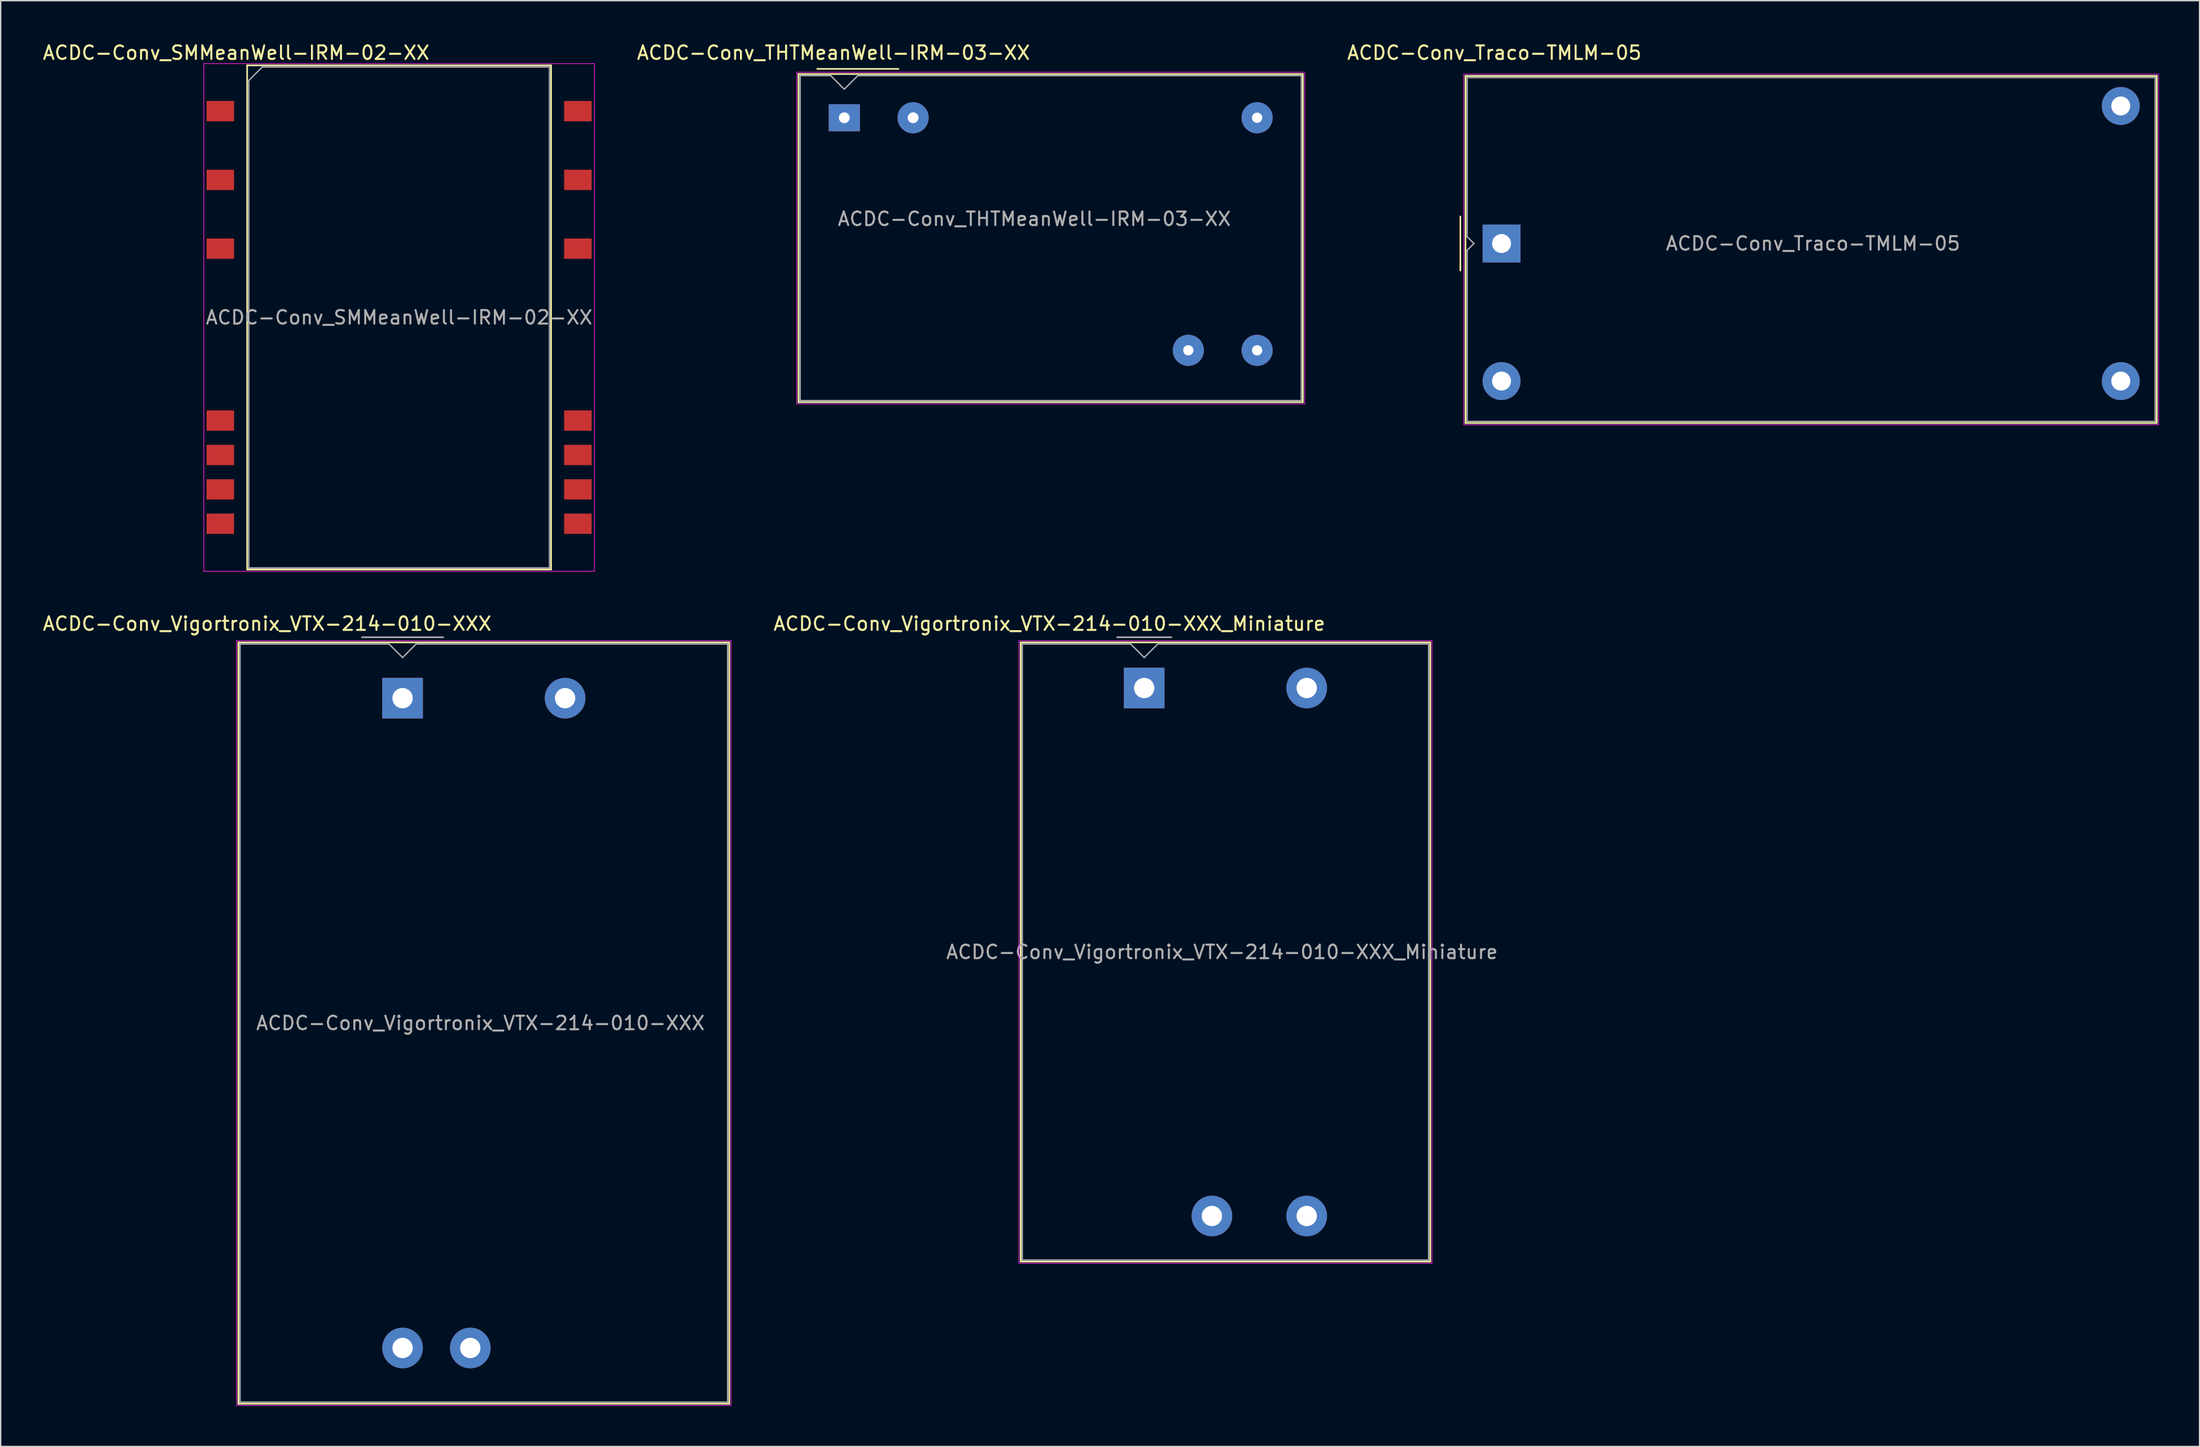
<source format=kicad_pcb>
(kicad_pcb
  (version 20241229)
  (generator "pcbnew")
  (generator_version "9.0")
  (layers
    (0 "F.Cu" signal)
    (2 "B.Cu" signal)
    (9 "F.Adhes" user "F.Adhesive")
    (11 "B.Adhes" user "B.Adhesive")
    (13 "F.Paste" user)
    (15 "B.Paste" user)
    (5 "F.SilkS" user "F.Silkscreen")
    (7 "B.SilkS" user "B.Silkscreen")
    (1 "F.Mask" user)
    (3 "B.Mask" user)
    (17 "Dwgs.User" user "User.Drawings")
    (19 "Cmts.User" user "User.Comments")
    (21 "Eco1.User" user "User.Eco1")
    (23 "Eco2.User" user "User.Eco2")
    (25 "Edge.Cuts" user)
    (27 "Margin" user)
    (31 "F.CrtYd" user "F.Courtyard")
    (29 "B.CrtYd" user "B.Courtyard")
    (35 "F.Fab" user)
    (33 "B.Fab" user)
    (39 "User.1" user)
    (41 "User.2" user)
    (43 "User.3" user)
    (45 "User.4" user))
  (footprint "ACDC-Conv_THTMeanWell-IRM-03-XX"
    (layer "F.Cu")
    (at 59.287 5.648)
    (property "Reference" "ACDC-Conv_THTMeanWell-IRM-03-XX" (at -0.8 -4.8 0) (layer "F.SilkS") (effects (font (size 1 1) (thickness 0.15))))
    (attr through_hole)
    (fp_line (start -3.38 -3.23) (end 33.86 -3.23) (stroke (width 0.12) (type solid)) (layer "F.SilkS"))
    (fp_line (start -3.38 21.01) (end -3.38 -3.23) (stroke (width 0.12) (type solid)) (layer "F.SilkS"))
    (fp_line (start -3.38 21.01) (end 33.86 21.01) (stroke (width 0.12) (type solid)) (layer "F.SilkS"))
    (fp_line (start -2 -3.61) (end 4 -3.61) (stroke (width 0.12) (type solid)) (layer "F.SilkS"))
    (fp_line (start 33.86 -3.23) (end 33.86 21.01) (stroke (width 0.12) (type solid)) (layer "F.SilkS"))
    (fp_line (start -3.51 -3.36) (end 33.99 -3.36) (stroke (width 0.05) (type solid)) (layer "F.CrtYd"))
    (fp_line (start -3.51 21.14) (end -3.51 -3.36) (stroke (width 0.05) (type solid)) (layer "F.CrtYd"))
    (fp_line (start -3.51 21.14) (end 33.99 21.14) (stroke (width 0.05) (type solid)) (layer "F.CrtYd"))
    (fp_line (start 33.99 21.14) (end 33.99 -3.36) (stroke (width 0.05) (type solid)) (layer "F.CrtYd"))
    (fp_line (start -3.26 20.89) (end -3.26 -3.11) (stroke (width 0.1) (type solid)) (layer "F.Fab"))
    (fp_line (start -3.26 20.89) (end 33.74 20.89) (stroke (width 0.1) (type solid)) (layer "F.Fab"))
    (fp_line (start -1 -3.11) (end -3.26 -3.11) (stroke (width 0.1) (type solid)) (layer "F.Fab"))
    (fp_line (start 0 -2.11) (end -1 -3.11) (stroke (width 0.1) (type solid)) (layer "F.Fab"))
    (fp_line (start 1 -3.11) (end 0 -2.11) (stroke (width 0.1) (type solid)) (layer "F.Fab"))
    (fp_line (start 1 -3.11) (end 33.74 -3.11) (stroke (width 0.1) (type solid)) (layer "F.Fab"))
    (fp_line (start 33.74 20.89) (end 33.74 -3.11) (stroke (width 0.1) (type solid)) (layer "F.Fab"))
    (fp_text user "${REFERENCE}" (at 14.03 7.47 0) (layer "F.Fab") (effects (font (size 1 1) (thickness 0.15))))
    (pad "1" thru_hole rect (at 0 0) (size 2.3 2) (drill 0.8) (layers "*.Cu" "*.Mask"))
    (pad "3" thru_hole circle (at 5.08 0) (size 2.3 2.3) (drill 0.8) (layers "*.Cu" "*.Mask"))
    (pad "5" thru_hole circle (at 30.48 0) (size 2.3 2.3) (drill 0.76) (layers "*.Cu" "*.Mask"))
    (pad "14" thru_hole circle (at 30.48 17.18) (size 2.3 2.3) (drill 0.76) (layers "*.Cu" "*.Mask"))
    (pad "16" thru_hole circle (at 25.4 17.18) (size 2.3 2.3) (drill 0.76) (layers "*.Cu" "*.Mask")))
  (footprint "ACDC-Conv_Traco-TMLM-05"
    (layer "F.Cu")
    (at 107.814 14.938)
    (property "Reference" "ACDC-Conv_Traco-TMLM-05" (at -0.53 -14.09 0) (layer "F.SilkS") (effects (font (size 1 1) (thickness 0.15))))
    (attr through_hole)
    (fp_line (start -3.04 -2) (end -3.04 2) (stroke (width 0.12) (type solid)) (layer "F.SilkS"))
    (fp_line (start -2.66 -12.38) (end 48.38 -12.38) (stroke (width 0.12) (type solid)) (layer "F.SilkS"))
    (fp_line (start -2.66 13.26) (end -2.66 -12.38) (stroke (width 0.12) (type solid)) (layer "F.SilkS"))
    (fp_line (start 48.38 -12.38) (end 48.38 13.26) (stroke (width 0.12) (type solid)) (layer "F.SilkS"))
    (fp_line (start 48.38 13.26) (end -2.66 13.26) (stroke (width 0.12) (type solid)) (layer "F.SilkS"))
    (fp_line (start -2.79 -12.51) (end -2.79 13.39) (stroke (width 0.05) (type solid)) (layer "F.CrtYd"))
    (fp_line (start -2.79 -12.51) (end 48.51 -12.51) (stroke (width 0.05) (type solid)) (layer "F.CrtYd"))
    (fp_line (start -2.79 13.39) (end 48.51 13.39) (stroke (width 0.05) (type solid)) (layer "F.CrtYd"))
    (fp_line (start 48.51 -12.51) (end 48.51 13.39) (stroke (width 0.05) (type solid)) (layer "F.CrtYd"))
    (fp_line (start -2.54 -12.26) (end 48.26 -12.26) (stroke (width 0.1) (type solid)) (layer "F.Fab"))
    (fp_line (start -2.54 -0.5) (end -2.54 -12.26) (stroke (width 0.1) (type solid)) (layer "F.Fab"))
    (fp_line (start -2.54 0.5) (end -2.04 0) (stroke (width 0.1) (type solid)) (layer "F.Fab"))
    (fp_line (start -2.54 13.14) (end -2.54 0.5) (stroke (width 0.1) (type solid)) (layer "F.Fab"))
    (fp_line (start -2.04 0) (end -2.54 -0.5) (stroke (width 0.1) (type solid)) (layer "F.Fab"))
    (fp_line (start 48.26 -12.26) (end 48.26 13.14) (stroke (width 0.1) (type solid)) (layer "F.Fab"))
    (fp_line (start 48.26 13.14) (end -2.54 13.14) (stroke (width 0.1) (type solid)) (layer "F.Fab"))
    (fp_text user "${REFERENCE}" (at 23 0 0) (layer "F.Fab") (effects (font (size 1 1) (thickness 0.15))))
    (pad "1" thru_hole rect (at 0 0) (size 2.8 2.8) (drill 1.4) (layers "*.Cu" "*.Mask"))
    (pad "2" thru_hole circle (at 0 10.16) (size 2.8 2.8) (drill 1.4) (layers "*.Cu" "*.Mask"))
    (pad "3" thru_hole circle (at 45.72 10.16) (size 2.8 2.8) (drill 1.4) (layers "*.Cu" "*.Mask"))
    (pad "4" thru_hole circle (at 45.72 -10.16) (size 2.8 2.8) (drill 1.4) (layers "*.Cu" "*.Mask")))
  (footprint "ACDC-Conv_SMMeanWell-IRM-02-XX"
    (layer "F.Cu")
    (at 26.417 20.398)
    (property "Reference" "ACDC-Conv_SMMeanWell-IRM-02-XX" (at -12.03 -19.55 0) (layer "F.SilkS") (effects (font (size 1 1) (thickness 0.15))))
    (attr smd)
    (fp_line (start -11.22 -18.62) (end 11.22 -18.62) (stroke (width 0.12) (type solid)) (layer "F.SilkS"))
    (fp_line (start -11.22 18.62) (end -11.22 -18.62) (stroke (width 0.12) (type solid)) (layer "F.SilkS"))
    (fp_line (start 11.22 -18.62) (end 11.22 18.62) (stroke (width 0.12) (type solid)) (layer "F.SilkS"))
    (fp_line (start 11.22 18.62) (end -11.22 18.62) (stroke (width 0.12) (type solid)) (layer "F.SilkS"))
    (fp_line (start -14.42 -18.75) (end -14.42 18.75) (stroke (width 0.05) (type solid)) (layer "F.CrtYd"))
    (fp_line (start -14.42 18.75) (end 14.42 18.75) (stroke (width 0.05) (type solid)) (layer "F.CrtYd"))
    (fp_line (start 14.42 -18.75) (end -14.42 -18.75) (stroke (width 0.05) (type solid)) (layer "F.CrtYd"))
    (fp_line (start 14.42 18.75) (end 14.42 -18.75) (stroke (width 0.05) (type solid)) (layer "F.CrtYd"))
    (fp_line (start -11.1 -17.5) (end -11.1 18.5) (stroke (width 0.1) (type solid)) (layer "F.Fab"))
    (fp_line (start -11.1 -17.5) (end -10.1 -18.5) (stroke (width 0.1) (type solid)) (layer "F.Fab"))
    (fp_line (start -11.1 18.5) (end 11.1 18.5) (stroke (width 0.1) (type solid)) (layer "F.Fab"))
    (fp_line (start 11.1 -18.5) (end -10.1 -18.5) (stroke (width 0.1) (type solid)) (layer "F.Fab"))
    (fp_line (start 11.1 18.5) (end 11.1 -18.5) (stroke (width 0.1) (type solid)) (layer "F.Fab"))
    (fp_text user "${REFERENCE}" (at 0 0 0) (layer "F.Fab") (effects (font (size 1 1) (thickness 0.15))))
    (pad "1" smd rect (at -13.2 -15.24 270) (size 1.5 2.03) (layers "F.Cu" "F.Mask" "F.Paste"))
    (pad "3" smd rect (at -13.2 -10.16 270) (size 1.5 2.03) (layers "F.Cu" "F.Mask" "F.Paste"))
    (pad "5" smd rect (at -13.2 -5.08 270) (size 1.5 2.03) (layers "F.Cu" "F.Mask" "F.Paste"))
    (pad "10" smd rect (at -13.2 7.62 270) (size 1.5 2.03) (layers "F.Cu" "F.Mask" "F.Paste"))
    (pad "11" smd rect (at -13.2 10.16 270) (size 1.5 2.03) (layers "F.Cu" "F.Mask" "F.Paste"))
    (pad "12" smd rect (at -13.2 12.7 270) (size 1.5 2.03) (layers "F.Cu" "F.Mask" "F.Paste"))
    (pad "13" smd rect (at -13.2 15.24 270) (size 1.5 2.03) (layers "F.Cu" "F.Mask" "F.Paste"))
    (pad "14" smd rect (at 13.2 15.24 270) (size 1.5 2.03) (layers "F.Cu" "F.Mask" "F.Paste"))
    (pad "15" smd rect (at 13.2 12.7 270) (size 1.5 2.03) (layers "F.Cu" "F.Mask" "F.Paste"))
    (pad "16" smd rect (at 13.2 10.16 270) (size 1.5 2.03) (layers "F.Cu" "F.Mask" "F.Paste"))
    (pad "17" smd rect (at 13.2 7.62 270) (size 1.5 2.03) (layers "F.Cu" "F.Mask" "F.Paste"))
    (pad "22" smd rect (at 13.2 -5.08 270) (size 1.5 2.03) (layers "F.Cu" "F.Mask" "F.Paste"))
    (pad "24" smd rect (at 13.2 -10.16 270) (size 1.5 2.03) (layers "F.Cu" "F.Mask" "F.Paste"))
    (pad "26" smd rect (at 13.2 -15.24 270) (size 1.5 2.03) (layers "F.Cu" "F.Mask" "F.Paste")))
  (footprint "ACDC-Conv_Vigortronix_VTX-214-010-XXX"
    (layer "F.Cu")
    (at 26.673 48.522)
    (property "Reference" "ACDC-Conv_Vigortronix_VTX-214-010-XXX" (at -10 -5.5 0) (layer "F.SilkS") (effects (font (size 1 1) (thickness 0.15))))
    (attr through_hole)
    (fp_line (start -12.12 -4.12) (end 24.12 -4.12) (stroke (width 0.12) (type solid)) (layer "F.SilkS"))
    (fp_line (start -12.12 52.12) (end -12.12 -4.12) (stroke (width 0.12) (type solid)) (layer "F.SilkS"))
    (fp_line (start 24.12 -4.12) (end 24.12 52.12) (stroke (width 0.12) (type solid)) (layer "F.SilkS"))
    (fp_line (start 24.12 52.12) (end -12.12 52.12) (stroke (width 0.12) (type solid)) (layer "F.SilkS"))
    (fp_line (start -12.25 -4.25) (end 24.25 -4.25) (stroke (width 0.05) (type solid)) (layer "F.CrtYd"))
    (fp_line (start -12.25 52.25) (end -12.25 -4.25) (stroke (width 0.05) (type solid)) (layer "F.CrtYd"))
    (fp_line (start 24.25 -4.25) (end 24.25 52.25) (stroke (width 0.05) (type solid)) (layer "F.CrtYd"))
    (fp_line (start 24.25 52.25) (end -12.25 52.25) (stroke (width 0.05) (type solid)) (layer "F.CrtYd"))
    (fp_line (start -12 -4) (end -1 -4) (stroke (width 0.1) (type solid)) (layer "F.Fab"))
    (fp_line (start -12 52) (end -12 -4) (stroke (width 0.1) (type solid)) (layer "F.Fab"))
    (fp_line (start -3 -4.5) (end 3 -4.5) (stroke (width 0.12) (type solid)) (layer "F.Fab"))
    (fp_line (start -1 -4) (end 0 -3) (stroke (width 0.1) (type solid)) (layer "F.Fab"))
    (fp_line (start 0 -3) (end 1 -4) (stroke (width 0.1) (type solid)) (layer "F.Fab"))
    (fp_line (start 1 -4) (end 24 -4) (stroke (width 0.1) (type solid)) (layer "F.Fab"))
    (fp_line (start 24 -4) (end 24 52) (stroke (width 0.1) (type solid)) (layer "F.Fab"))
    (fp_line (start 24 52) (end -12 52) (stroke (width 0.1) (type solid)) (layer "F.Fab"))
    (fp_text user "${REFERENCE}" (at 5.75 24 0) (layer "F.Fab") (effects (font (size 1 1) (thickness 0.15))))
    (pad "1" thru_hole rect (at 0 0) (size 3 3) (drill 1.5) (layers "*.Cu" "*.Mask"))
    (pad "2" thru_hole circle (at 12 0) (size 3 3) (drill 1.5) (layers "*.Cu" "*.Mask"))
    (pad "3" thru_hole circle (at 0 48) (size 3 3) (drill 1.5) (layers "*.Cu" "*.Mask"))
    (pad "4" thru_hole circle (at 5 48) (size 3 3) (drill 1.5) (layers "*.Cu" "*.Mask")))
  (footprint "ACDC-Conv_Vigortronix_VTX-214-010-XXX_Miniature"
    (layer "F.Cu")
    (at 81.43 47.772)
    (property "Reference" "ACDC-Conv_Vigortronix_VTX-214-010-XXX_Miniature" (at -7 -4.75 0) (layer "F.SilkS") (effects (font (size 1 1) (thickness 0.15))))
    (attr through_hole)
    (fp_line (start -9.12 -3.37) (end 21.12 -3.37) (stroke (width 0.12) (type solid)) (layer "F.SilkS"))
    (fp_line (start -9.12 42.37) (end -9.12 -3.37) (stroke (width 0.12) (type solid)) (layer "F.SilkS"))
    (fp_line (start 21.12 -3.37) (end 21.12 42.37) (stroke (width 0.12) (type solid)) (layer "F.SilkS"))
    (fp_line (start 21.12 42.37) (end -9.12 42.37) (stroke (width 0.12) (type solid)) (layer "F.SilkS"))
    (fp_line (start -9.25 -3.5) (end 21.25 -3.5) (stroke (width 0.05) (type solid)) (layer "F.CrtYd"))
    (fp_line (start -9.25 42.5) (end -9.25 -3.5) (stroke (width 0.05) (type solid)) (layer "F.CrtYd"))
    (fp_line (start 21.25 -3.5) (end 21.25 42.5) (stroke (width 0.05) (type solid)) (layer "F.CrtYd"))
    (fp_line (start 21.25 42.5) (end -9.25 42.5) (stroke (width 0.05) (type solid)) (layer "F.CrtYd"))
    (fp_line (start -9 -3.25) (end -1 -3.25) (stroke (width 0.1) (type solid)) (layer "F.Fab"))
    (fp_line (start -9 42.25) (end -9 -3.25) (stroke (width 0.1) (type solid)) (layer "F.Fab"))
    (fp_line (start -2 -3.75) (end 2 -3.75) (stroke (width 0.12) (type solid)) (layer "F.Fab"))
    (fp_line (start -1 -3.25) (end 0 -2.25) (stroke (width 0.1) (type solid)) (layer "F.Fab"))
    (fp_line (start 0 -2.25) (end 1 -3.25) (stroke (width 0.1) (type solid)) (layer "F.Fab"))
    (fp_line (start 1 -3.25) (end 21 -3.25) (stroke (width 0.1) (type solid)) (layer "F.Fab"))
    (fp_line (start 21 -3.25) (end 21 42.25) (stroke (width 0.1) (type solid)) (layer "F.Fab"))
    (fp_line (start 21 42.25) (end -9 42.25) (stroke (width 0.1) (type solid)) (layer "F.Fab"))
    (fp_text user "${REFERENCE}" (at 5.75 19.5 0) (layer "F.Fab") (effects (font (size 1 1) (thickness 0.15))))
    (pad "1" thru_hole rect (at 0 0) (size 3 3) (drill 1.5) (layers "*.Cu" "*.Mask"))
    (pad "2" thru_hole circle (at 12 0) (size 3 3) (drill 1.5) (layers "*.Cu" "*.Mask"))
    (pad "3" thru_hole circle (at 12 39) (size 3 3) (drill 1.5) (layers "*.Cu" "*.Mask"))
    (pad "4" thru_hole circle (at 5 39) (size 3 3) (drill 1.5) (layers "*.Cu" "*.Mask")))
  (gr_rect
    (start -3 -3)
    (end 159.349 103.796)
    (stroke (width 0.1) (type default))
    (fill no)
    (layer "Edge.Cuts")))
</source>
